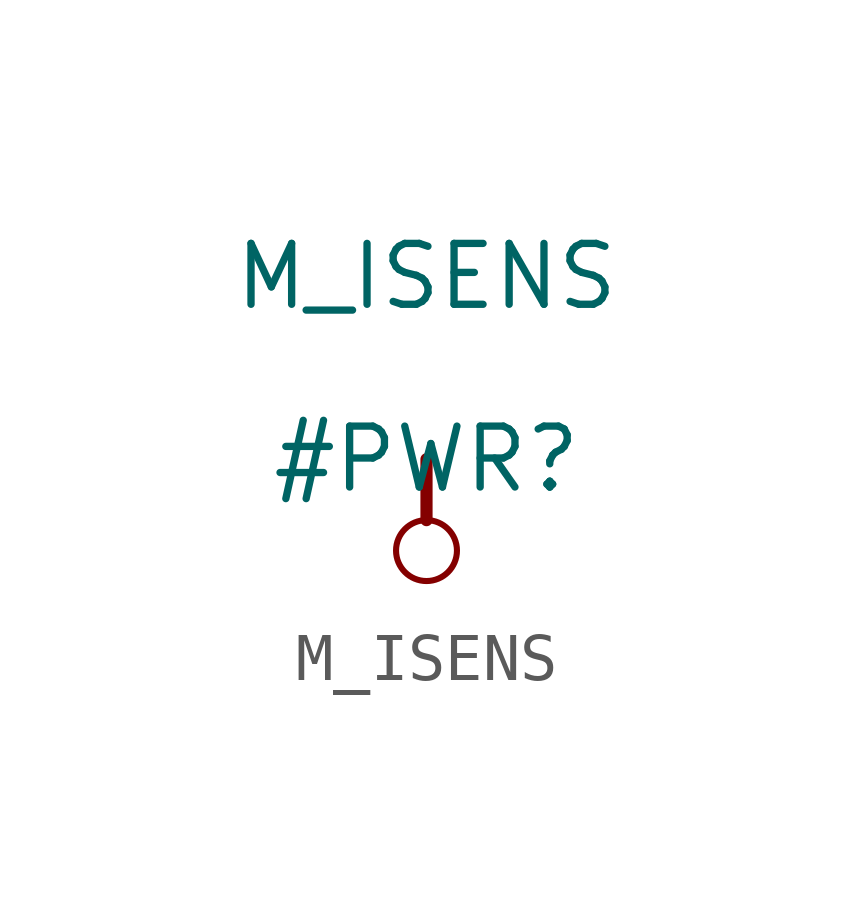
<source format=kicad_sym>
(kicad_symbol_lib
  (version 20211014)
  (generator kicad_symbol_editor)
  (symbol "M_ISENS"
    (power)
    (property "Reference" "#PWR"
      (at 0 0 0)
      (effects (font (size 1.27 1.27))))
    (property "Value" "M_ISENS"
      (at 0 3.81 0)
      (effects (font (size 1.27 1.27))))
    (symbol "M_ISENS_0_0"
      (circle (center 0 -1.905) (radius 0.635) (stroke (width 0.127) (type default) (color 0 0 0 0)) (fill (type none)))
      (polyline (pts (xy 0 0) (xy 0 -1.27)) (stroke (width 0.254) (type default) (color 0 0 0 0)) (fill (type none)))
      (pin power_in line (at 0 0 0) (length 0) hide (name "M_ISENS" (effects (font (size 1.27 1.27)))) (number "" (effects (font (size 1.27 1.27))))))))
</source>
